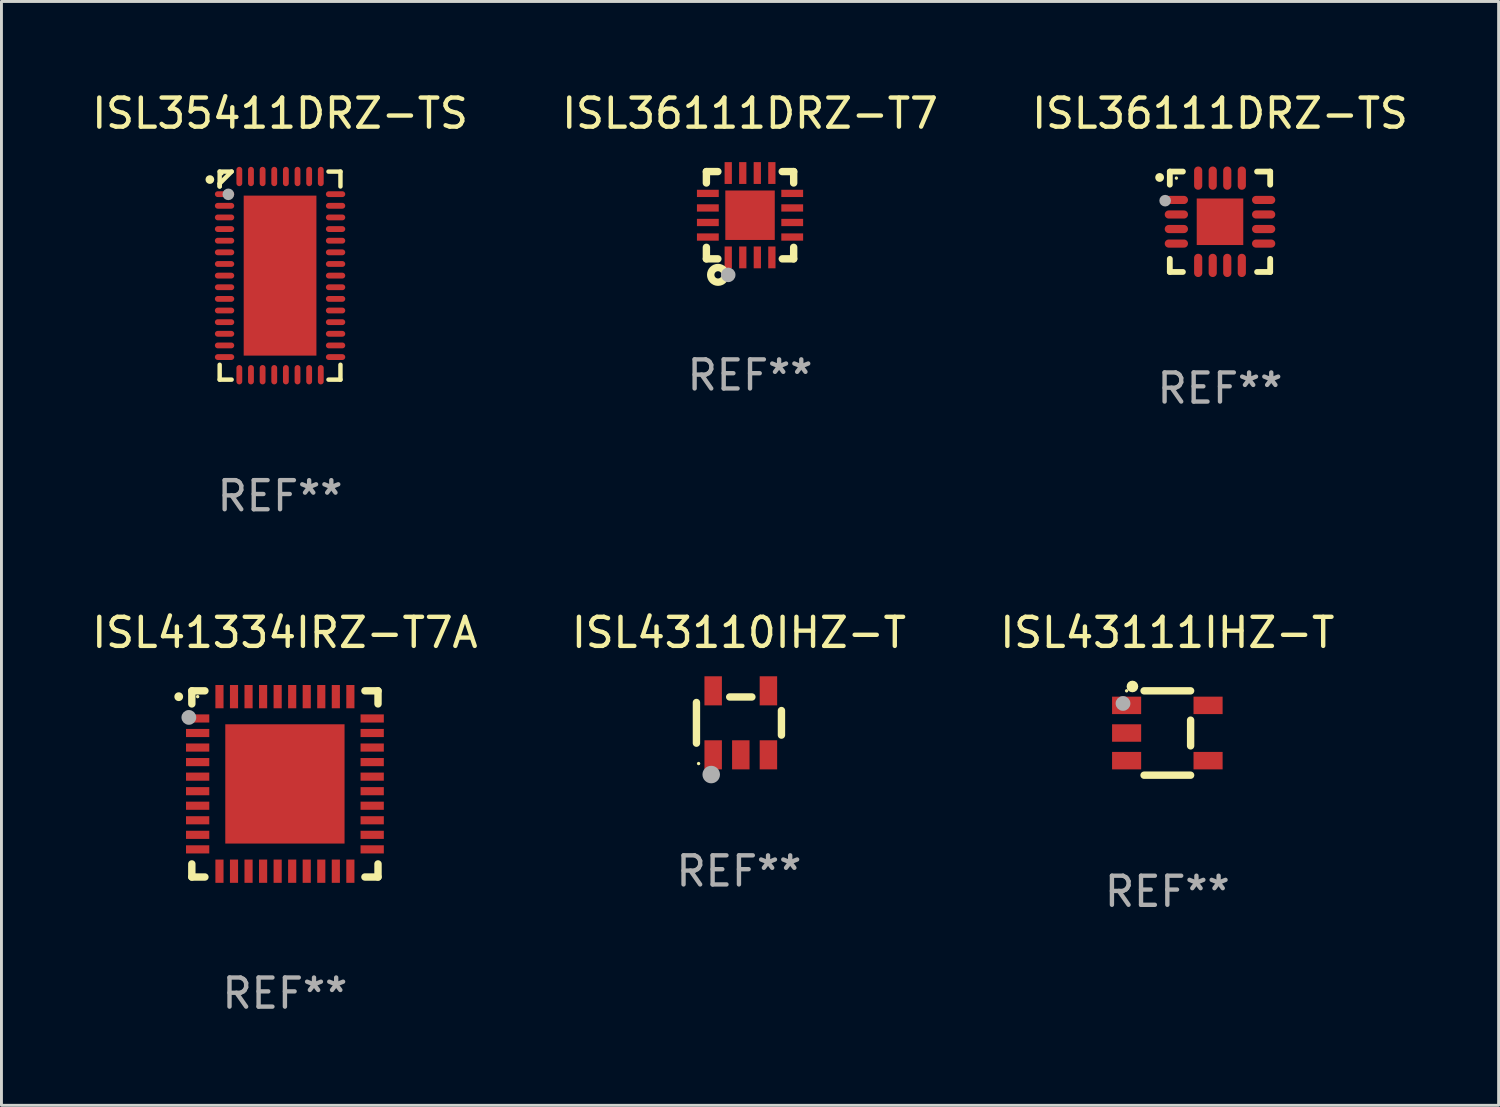
<source format=kicad_pcb>
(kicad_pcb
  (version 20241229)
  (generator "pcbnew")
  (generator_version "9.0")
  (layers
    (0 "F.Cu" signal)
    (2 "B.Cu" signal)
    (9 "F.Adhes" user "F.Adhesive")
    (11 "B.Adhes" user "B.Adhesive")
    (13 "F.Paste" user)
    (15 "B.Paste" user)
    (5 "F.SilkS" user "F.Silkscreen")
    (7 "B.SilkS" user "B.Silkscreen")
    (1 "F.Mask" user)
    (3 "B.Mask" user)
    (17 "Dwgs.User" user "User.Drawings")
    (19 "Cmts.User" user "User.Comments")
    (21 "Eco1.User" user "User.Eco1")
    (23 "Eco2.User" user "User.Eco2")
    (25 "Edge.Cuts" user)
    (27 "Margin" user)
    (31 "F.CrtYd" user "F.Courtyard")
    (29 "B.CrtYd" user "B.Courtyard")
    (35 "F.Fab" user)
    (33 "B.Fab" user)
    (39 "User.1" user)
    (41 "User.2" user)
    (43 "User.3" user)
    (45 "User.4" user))
  (footprint "ISL43110IHZ-T"
    (layer "F.Cu")
    (at 22.351 21.797)
    (property "Reference" "ISL43110IHZ-T" (at 0 -3.1 0) (layer "F.SilkS") (effects (font (size 1 1) (thickness 0.15))))
    (attr through_hole)
    (fp_line (start -1.461 -0.699) (end -1.461 0.699) (stroke (width 0.254) (type solid)) (layer "F.SilkS"))
    (fp_line (start -0.318 -0.889) (end 0.445 -0.889) (stroke (width 0.254) (type solid)) (layer "F.SilkS"))
    (fp_line (start 1.461 -0.422) (end 1.461 0.422) (stroke (width 0.254) (type solid)) (layer "F.SilkS"))
    (fp_circle (center -1.387 1.4) (end -1.357 1.4) (stroke (width 0.06) (type solid)) (fill no) (layer "F.SilkS"))
    (fp_circle (center -0.953 1.778) (end -0.802 1.778) (stroke (width 0.3) (type solid)) (fill no) (layer "F.Fab"))
    (fp_text user "REF**" (at 0 5.1 0) (layer "F.Fab") (effects (font (size 1 1) (thickness 0.15))))
    (pad "1" smd rect (at -0.886 1.1) (size 0.6 1) (layers "F.Cu" "F.Mask" "F.Paste"))
    (pad "2" smd rect (at 0.064 1.1) (size 0.6 1) (layers "F.Cu" "F.Mask" "F.Paste"))
    (pad "3" smd rect (at 1.013 1.1) (size 0.6 1) (layers "F.Cu" "F.Mask" "F.Paste"))
    (pad "4" smd rect (at 1.013 -1.1) (size 0.6 1) (layers "F.Cu" "F.Mask" "F.Paste"))
    (pad "5" smd rect (at -0.886 -1.1) (size 0.6 1) (layers "F.Cu" "F.Mask" "F.Paste")))
  (footprint "ISL43111IHZ-T"
    (layer "F.Cu")
    (at 37.077 22.147)
    (property "Reference" "ISL43111IHZ-T" (at 0 -3.45 0) (layer "F.SilkS") (effects (font (size 1 1) (thickness 0.15))))
    (attr through_hole)
    (fp_line (start 0.8 -1.45) (end -0.8 -1.45) (stroke (width 0.254) (type solid)) (layer "F.SilkS"))
    (fp_line (start 0.8 -0.442) (end 0.8 0.442) (stroke (width 0.254) (type solid)) (layer "F.SilkS"))
    (fp_line (start 0.8 1.45) (end -0.8 1.45) (stroke (width 0.254) (type solid)) (layer "F.SilkS"))
    (fp_circle (center -1.4 -1.45) (end -1.37 -1.45) (stroke (width 0.06) (type solid)) (fill no) (layer "F.SilkS"))
    (fp_circle (center -1.2 -1.6) (end -1.1 -1.6) (stroke (width 0.2) (type solid)) (fill no) (layer "F.SilkS"))
    (fp_circle (center -1.524 -1.016) (end -1.397 -1.016) (stroke (width 0.254) (type solid)) (fill no) (layer "F.Fab"))
    (fp_text user "REF**" (at 0 5.45 0) (layer "F.Fab") (effects (font (size 1 1) (thickness 0.15))))
    (pad "1" smd rect (at -1.4 -0.95 180) (size 1 0.6) (layers "F.Cu" "F.Mask" "F.Paste"))
    (pad "2" smd rect (at -1.4 0.000114 180) (size 1 0.6) (layers "F.Cu" "F.Mask" "F.Paste"))
    (pad "3" smd rect (at -1.4 0.95 180) (size 1 0.6) (layers "F.Cu" "F.Mask" "F.Paste"))
    (pad "4" smd rect (at 1.4 0.95) (size 1 0.6) (layers "F.Cu" "F.Mask" "F.Paste"))
    (pad "5" smd rect (at 1.4 -0.95) (size 1 0.6) (layers "F.Cu" "F.Mask" "F.Paste")))
  (footprint "ISL41334IRZ-T7A"
    (layer "F.Cu")
    (at 6.744 23.897)
    (property "Reference" "ISL41334IRZ-T7A" (at 0 -5.2 0) (layer "F.SilkS") (effects (font (size 1 1) (thickness 0.15))))
    (attr through_hole)
    (fp_line (start -3.2 -3.2) (end -2.75 -3.2) (stroke (width 0.254) (type solid)) (layer "F.SilkS"))
    (fp_line (start -3.2 -2.75) (end -3.2 -3.2) (stroke (width 0.254) (type solid)) (layer "F.SilkS"))
    (fp_line (start -3.2 3.2) (end -3.2 2.75) (stroke (width 0.254) (type solid)) (layer "F.SilkS"))
    (fp_line (start -2.75 3.2) (end -3.2 3.2) (stroke (width 0.254) (type solid)) (layer "F.SilkS"))
    (fp_line (start 2.75 3.2) (end 3.2 3.2) (stroke (width 0.254) (type solid)) (layer "F.SilkS"))
    (fp_line (start 3.2 -3.2) (end 2.75 -3.2) (stroke (width 0.254) (type solid)) (layer "F.SilkS"))
    (fp_line (start 3.2 -2.75) (end 3.2 -3.2) (stroke (width 0.254) (type solid)) (layer "F.SilkS"))
    (fp_line (start 3.2 3.2) (end 3.2 2.75) (stroke (width 0.254) (type solid)) (layer "F.SilkS"))
    (fp_arc (start -3.649987 -2.997206) (mid -3.649992 -2.998476) (end -3.649987 -2.999746) (stroke (width 0.3) (type solid)) (layer "F.SilkS"))
    (fp_circle (center -3 -3) (end -2.97 -3) (stroke (width 0.06) (type solid)) (fill no) (layer "F.SilkS"))
    (fp_circle (center -3.302 -2.286) (end -3.175 -2.286) (stroke (width 0.254) (type solid)) (fill no) (layer "F.Fab"))
    (fp_text user "REF**" (at 0 7.2 0) (layer "F.Fab") (effects (font (size 1 1) (thickness 0.15))))
    (pad "1" smd rect (at -3 -2.25 90) (size 0.28 0.8) (layers "F.Cu" "F.Mask" "F.Paste"))
    (pad "2" smd rect (at -3 -1.75 90) (size 0.28 0.8) (layers "F.Cu" "F.Mask" "F.Paste"))
    (pad "3" smd rect (at -3 -1.25 90) (size 0.28 0.8) (layers "F.Cu" "F.Mask" "F.Paste"))
    (pad "4" smd rect (at -3 -0.75 90) (size 0.28 0.8) (layers "F.Cu" "F.Mask" "F.Paste"))
    (pad "5" smd rect (at -3 -0.25 90) (size 0.28 0.8) (layers "F.Cu" "F.Mask" "F.Paste"))
    (pad "6" smd rect (at -3 0.25 90) (size 0.28 0.8) (layers "F.Cu" "F.Mask" "F.Paste"))
    (pad "7" smd rect (at -3 0.75 90) (size 0.28 0.8) (layers "F.Cu" "F.Mask" "F.Paste"))
    (pad "8" smd rect (at -3 1.25 90) (size 0.28 0.8) (layers "F.Cu" "F.Mask" "F.Paste"))
    (pad "9" smd rect (at -3 1.75 90) (size 0.28 0.8) (layers "F.Cu" "F.Mask" "F.Paste"))
    (pad "10" smd rect (at -3 2.25 90) (size 0.28 0.8) (layers "F.Cu" "F.Mask" "F.Paste"))
    (pad "11" smd rect (at -2.25 3) (size 0.28 0.8) (layers "F.Cu" "F.Mask" "F.Paste"))
    (pad "12" smd rect (at -1.75 3) (size 0.28 0.8) (layers "F.Cu" "F.Mask" "F.Paste"))
    (pad "13" smd rect (at -1.25 3) (size 0.28 0.8) (layers "F.Cu" "F.Mask" "F.Paste"))
    (pad "14" smd rect (at -0.75 3) (size 0.28 0.8) (layers "F.Cu" "F.Mask" "F.Paste"))
    (pad "15" smd rect (at -0.25 3) (size 0.28 0.8) (layers "F.Cu" "F.Mask" "F.Paste"))
    (pad "16" smd rect (at 0.25 3) (size 0.28 0.8) (layers "F.Cu" "F.Mask" "F.Paste"))
    (pad "17" smd rect (at 0.75 3) (size 0.28 0.8) (layers "F.Cu" "F.Mask" "F.Paste"))
    (pad "18" smd rect (at 1.25 3) (size 0.28 0.8) (layers "F.Cu" "F.Mask" "F.Paste"))
    (pad "19" smd rect (at 1.75 3) (size 0.28 0.8) (layers "F.Cu" "F.Mask" "F.Paste"))
    (pad "20" smd rect (at 2.25 3) (size 0.28 0.8) (layers "F.Cu" "F.Mask" "F.Paste"))
    (pad "21" smd rect (at 3 2.25 90) (size 0.28 0.8) (layers "F.Cu" "F.Mask" "F.Paste"))
    (pad "22" smd rect (at 3 1.75 90) (size 0.28 0.8) (layers "F.Cu" "F.Mask" "F.Paste"))
    (pad "23" smd rect (at 3 1.25 90) (size 0.28 0.8) (layers "F.Cu" "F.Mask" "F.Paste"))
    (pad "24" smd rect (at 3 0.75 90) (size 0.28 0.8) (layers "F.Cu" "F.Mask" "F.Paste"))
    (pad "25" smd rect (at 3 0.25 90) (size 0.28 0.8) (layers "F.Cu" "F.Mask" "F.Paste"))
    (pad "26" smd rect (at 3 -0.25 90) (size 0.28 0.8) (layers "F.Cu" "F.Mask" "F.Paste"))
    (pad "27" smd rect (at 3 -0.75 90) (size 0.28 0.8) (layers "F.Cu" "F.Mask" "F.Paste"))
    (pad "28" smd rect (at 3 -1.25 90) (size 0.28 0.8) (layers "F.Cu" "F.Mask" "F.Paste"))
    (pad "29" smd rect (at 3 -1.75 90) (size 0.28 0.8) (layers "F.Cu" "F.Mask" "F.Paste"))
    (pad "30" smd rect (at 3 -2.25 90) (size 0.28 0.8) (layers "F.Cu" "F.Mask" "F.Paste"))
    (pad "31" smd rect (at 2.25 -3) (size 0.28 0.8) (layers "F.Cu" "F.Mask" "F.Paste"))
    (pad "32" smd rect (at 1.75 -3) (size 0.28 0.8) (layers "F.Cu" "F.Mask" "F.Paste"))
    (pad "33" smd rect (at 1.25 -3) (size 0.28 0.8) (layers "F.Cu" "F.Mask" "F.Paste"))
    (pad "34" smd rect (at 0.75 -3) (size 0.28 0.8) (layers "F.Cu" "F.Mask" "F.Paste"))
    (pad "35" smd rect (at 0.25 -3) (size 0.28 0.8) (layers "F.Cu" "F.Mask" "F.Paste"))
    (pad "36" smd rect (at -0.25 -3) (size 0.28 0.8) (layers "F.Cu" "F.Mask" "F.Paste"))
    (pad "37" smd rect (at -0.75 -3) (size 0.28 0.8) (layers "F.Cu" "F.Mask" "F.Paste"))
    (pad "38" smd rect (at -1.25 -3) (size 0.28 0.8) (layers "F.Cu" "F.Mask" "F.Paste"))
    (pad "39" smd rect (at -1.75 -3) (size 0.28 0.8) (layers "F.Cu" "F.Mask" "F.Paste"))
    (pad "40" smd rect (at -2.25 -3) (size 0.28 0.8) (layers "F.Cu" "F.Mask" "F.Paste"))
    (pad "41" smd rect (at 0 0) (size 4.1 4.1) (layers "F.Cu" "F.Mask" "F.Paste")))
  (footprint "ISL36111DRZ-T7"
    (layer "F.Cu")
    (at 22.732 4.348)
    (property "Reference" "ISL36111DRZ-T7" (at 0 -3.5 0) (layer "F.SilkS") (effects (font (size 1 1) (thickness 0.15))))
    (attr through_hole)
    (fp_line (start -1.5 -1.5) (end -1.5 -1.108) (stroke (width 0.254) (type solid)) (layer "F.SilkS"))
    (fp_line (start -1.5 -1.5) (end -1.105 -1.5) (stroke (width 0.254) (type solid)) (layer "F.SilkS"))
    (fp_line (start -1.5 1.104) (end -1.5 1.5) (stroke (width 0.254) (type solid)) (layer "F.SilkS"))
    (fp_line (start -1.5 1.5) (end -1.105 1.5) (stroke (width 0.254) (type solid)) (layer "F.SilkS"))
    (fp_line (start 1.106 -1.5) (end 1.5 -1.5) (stroke (width 0.254) (type solid)) (layer "F.SilkS"))
    (fp_line (start 1.108 1.5) (end 1.5 1.5) (stroke (width 0.254) (type solid)) (layer "F.SilkS"))
    (fp_line (start 1.5 -1.108) (end 1.5 -1.5) (stroke (width 0.254) (type solid)) (layer "F.SilkS"))
    (fp_line (start 1.5 1.5) (end 1.5 1.104) (stroke (width 0.254) (type solid)) (layer "F.SilkS"))
    (fp_circle (center -1.5 1.5) (end -1.47 1.5) (stroke (width 0.06) (type solid)) (fill no) (layer "F.SilkS"))
    (fp_circle (center -1.1 2.05) (end -0.975 2.05) (stroke (width 0.254) (type solid)) (fill no) (layer "F.SilkS"))
    (fp_circle (center -0.75 2.05) (end -0.625 2.05) (stroke (width 0.25) (type solid)) (fill no) (layer "F.Fab"))
    (fp_text user "REF**" (at 0 5.5 0) (layer "F.Fab") (effects (font (size 1 1) (thickness 0.15))))
    (pad "1" smd rect (at -0.749 1.45) (size 0.25 0.75) (layers "F.Cu" "F.Mask" "F.Paste"))
    (pad "2" smd rect (at -0.249 1.45) (size 0.25 0.75) (layers "F.Cu" "F.Mask" "F.Paste"))
    (pad "3" smd rect (at 0.251 1.45) (size 0.25 0.75) (layers "F.Cu" "F.Mask" "F.Paste"))
    (pad "4" smd rect (at 0.751 1.45) (size 0.25 0.75) (layers "F.Cu" "F.Mask" "F.Paste"))
    (pad "5" smd rect (at 1.45 0.75) (size 0.75 0.25) (layers "F.Cu" "F.Mask" "F.Paste"))
    (pad "6" smd rect (at 1.45 0.25) (size 0.75 0.25) (layers "F.Cu" "F.Mask" "F.Paste"))
    (pad "7" smd rect (at 1.45 -0.25) (size 0.75 0.25) (layers "F.Cu" "F.Mask" "F.Paste"))
    (pad "8" smd rect (at 1.45 -0.75) (size 0.75 0.25) (layers "F.Cu" "F.Mask" "F.Paste"))
    (pad "9" smd rect (at 0.75 -1.45) (size 0.25 0.75) (layers "F.Cu" "F.Mask" "F.Paste"))
    (pad "10" smd rect (at 0.25 -1.45) (size 0.25 0.75) (layers "F.Cu" "F.Mask" "F.Paste"))
    (pad "11" smd rect (at -0.25 -1.45) (size 0.25 0.75) (layers "F.Cu" "F.Mask" "F.Paste"))
    (pad "12" smd rect (at -0.749 -1.45) (size 0.25 0.75) (layers "F.Cu" "F.Mask" "F.Paste"))
    (pad "13" smd rect (at -1.45 -0.75) (size 0.75 0.25) (layers "F.Cu" "F.Mask" "F.Paste"))
    (pad "14" smd rect (at -1.45 -0.25) (size 0.75 0.25) (layers "F.Cu" "F.Mask" "F.Paste"))
    (pad "15" smd rect (at -1.45 0.25) (size 0.75 0.25) (layers "F.Cu" "F.Mask" "F.Paste"))
    (pad "16" smd rect (at -1.45 0.75) (size 0.75 0.25) (layers "F.Cu" "F.Mask" "F.Paste"))
    (pad "17" smd rect (at 0.000267 0.000267) (size 1.7 1.7) (layers "F.Cu" "F.Mask" "F.Paste")))
  (footprint "ISL35411DRZ-TS"
    (layer "F.Cu")
    (at 6.577 6.424)
    (property "Reference" "ISL35411DRZ-TS" (at 0 -5.576 0) (layer "F.SilkS") (effects (font (size 1 1) (thickness 0.15))))
    (attr through_hole)
    (fp_line (start -2.076 -3.576) (end -1.664 -3.576) (stroke (width 0.152) (type solid)) (layer "F.SilkS"))
    (fp_line (start -2.076 -3.164) (end -2.076 -3.065) (stroke (width 0.152) (type solid)) (layer "F.SilkS"))
    (fp_line (start -2.076 -3.064) (end -2.076 -3.576) (stroke (width 0.152) (type solid)) (layer "F.SilkS"))
    (fp_line (start -2.076 3.064) (end -2.076 3.576) (stroke (width 0.152) (type solid)) (layer "F.SilkS"))
    (fp_line (start -2.076 3.576) (end -1.664 3.576) (stroke (width 0.152) (type solid)) (layer "F.SilkS"))
    (fp_line (start -1.664 -3.576) (end -2.076 -3.164) (stroke (width 0.152) (type solid)) (layer "F.SilkS"))
    (fp_line (start 2.076 -3.576) (end 1.664 -3.576) (stroke (width 0.152) (type solid)) (layer "F.SilkS"))
    (fp_line (start 2.076 -3.064) (end 2.076 -3.576) (stroke (width 0.152) (type solid)) (layer "F.SilkS"))
    (fp_line (start 2.076 3.064) (end 2.076 3.576) (stroke (width 0.152) (type solid)) (layer "F.SilkS"))
    (fp_line (start 2.076 3.576) (end 1.664 3.576) (stroke (width 0.152) (type solid)) (layer "F.SilkS"))
    (fp_circle (center -2.413 -3.302) (end -2.338 -3.302) (stroke (width 0.15) (type solid)) (fill no) (layer "F.SilkS"))
    (fp_circle (center -2 -3.5) (end -1.97 -3.5) (stroke (width 0.06) (type solid)) (fill no) (layer "F.SilkS"))
    (fp_circle (center -1.778 -2.794) (end -1.678 -2.794) (stroke (width 0.2) (type solid)) (fill no) (layer "F.Fab"))
    (fp_text user "REF**" (at 0 7.576 0) (layer "F.Fab") (effects (font (size 1 1) (thickness 0.15))))
    (pad "1" smd oval (at -1.908 -2.8) (size 0.665 0.2) (layers "F.Cu" "F.Mask" "F.Paste"))
    (pad "2" smd oval (at -1.908 -2.4) (size 0.665 0.2) (layers "F.Cu" "F.Mask" "F.Paste"))
    (pad "3" smd oval (at -1.908 -2) (size 0.665 0.2) (layers "F.Cu" "F.Mask" "F.Paste"))
    (pad "4" smd oval (at -1.908 -1.6) (size 0.665 0.2) (layers "F.Cu" "F.Mask" "F.Paste"))
    (pad "5" smd oval (at -1.908 -1.2) (size 0.665 0.2) (layers "F.Cu" "F.Mask" "F.Paste"))
    (pad "6" smd oval (at -1.908 -0.8) (size 0.665 0.2) (layers "F.Cu" "F.Mask" "F.Paste"))
    (pad "7" smd oval (at -1.908 -0.4) (size 0.665 0.2) (layers "F.Cu" "F.Mask" "F.Paste"))
    (pad "8" smd oval (at -1.908 0) (size 0.665 0.2) (layers "F.Cu" "F.Mask" "F.Paste"))
    (pad "9" smd oval (at -1.908 0.4) (size 0.665 0.2) (layers "F.Cu" "F.Mask" "F.Paste"))
    (pad "10" smd oval (at -1.908 0.8) (size 0.665 0.2) (layers "F.Cu" "F.Mask" "F.Paste"))
    (pad "11" smd oval (at -1.908 1.2) (size 0.665 0.2) (layers "F.Cu" "F.Mask" "F.Paste"))
    (pad "12" smd oval (at -1.908 1.6) (size 0.665 0.2) (layers "F.Cu" "F.Mask" "F.Paste"))
    (pad "13" smd oval (at -1.908 2) (size 0.665 0.2) (layers "F.Cu" "F.Mask" "F.Paste"))
    (pad "14" smd oval (at -1.908 2.4) (size 0.665 0.2) (layers "F.Cu" "F.Mask" "F.Paste"))
    (pad "15" smd oval (at -1.908 2.8) (size 0.665 0.2) (layers "F.Cu" "F.Mask" "F.Paste"))
    (pad "16" smd oval (at -1.4 3.407) (size 0.2 0.665) (layers "F.Cu" "F.Mask" "F.Paste"))
    (pad "17" smd oval (at -1 3.407) (size 0.2 0.665) (layers "F.Cu" "F.Mask" "F.Paste"))
    (pad "18" smd oval (at -0.6 3.407) (size 0.2 0.665) (layers "F.Cu" "F.Mask" "F.Paste"))
    (pad "19" smd oval (at -0.2 3.407) (size 0.2 0.665) (layers "F.Cu" "F.Mask" "F.Paste"))
    (pad "20" smd oval (at 0.2 3.407) (size 0.2 0.665) (layers "F.Cu" "F.Mask" "F.Paste"))
    (pad "21" smd oval (at 0.6 3.407) (size 0.2 0.665) (layers "F.Cu" "F.Mask" "F.Paste"))
    (pad "22" smd oval (at 1 3.407) (size 0.2 0.665) (layers "F.Cu" "F.Mask" "F.Paste"))
    (pad "23" smd oval (at 1.4 3.407) (size 0.2 0.665) (layers "F.Cu" "F.Mask" "F.Paste"))
    (pad "24" smd oval (at 1.908 2.8) (size 0.665 0.2) (layers "F.Cu" "F.Mask" "F.Paste"))
    (pad "25" smd oval (at 1.908 2.4) (size 0.665 0.2) (layers "F.Cu" "F.Mask" "F.Paste"))
    (pad "26" smd oval (at 1.908 2) (size 0.665 0.2) (layers "F.Cu" "F.Mask" "F.Paste"))
    (pad "27" smd oval (at 1.908 1.6) (size 0.665 0.2) (layers "F.Cu" "F.Mask" "F.Paste"))
    (pad "28" smd oval (at 1.908 1.2) (size 0.665 0.2) (layers "F.Cu" "F.Mask" "F.Paste"))
    (pad "29" smd oval (at 1.908 0.8) (size 0.665 0.2) (layers "F.Cu" "F.Mask" "F.Paste"))
    (pad "30" smd oval (at 1.908 0.4) (size 0.665 0.2) (layers "F.Cu" "F.Mask" "F.Paste"))
    (pad "31" smd oval (at 1.908 0) (size 0.665 0.2) (layers "F.Cu" "F.Mask" "F.Paste"))
    (pad "32" smd oval (at 1.908 -0.4) (size 0.665 0.2) (layers "F.Cu" "F.Mask" "F.Paste"))
    (pad "33" smd oval (at 1.908 -0.8) (size 0.665 0.2) (layers "F.Cu" "F.Mask" "F.Paste"))
    (pad "34" smd oval (at 1.908 -1.2) (size 0.665 0.2) (layers "F.Cu" "F.Mask" "F.Paste"))
    (pad "35" smd oval (at 1.908 -1.6) (size 0.665 0.2) (layers "F.Cu" "F.Mask" "F.Paste"))
    (pad "36" smd oval (at 1.908 -2) (size 0.665 0.2) (layers "F.Cu" "F.Mask" "F.Paste"))
    (pad "37" smd oval (at 1.908 -2.4) (size 0.665 0.2) (layers "F.Cu" "F.Mask" "F.Paste"))
    (pad "38" smd oval (at 1.908 -2.8) (size 0.665 0.2) (layers "F.Cu" "F.Mask" "F.Paste"))
    (pad "39" smd oval (at 1.4 -3.407) (size 0.2 0.665) (layers "F.Cu" "F.Mask" "F.Paste"))
    (pad "40" smd oval (at 1 -3.407) (size 0.2 0.665) (layers "F.Cu" "F.Mask" "F.Paste"))
    (pad "41" smd oval (at 0.6 -3.407) (size 0.2 0.665) (layers "F.Cu" "F.Mask" "F.Paste"))
    (pad "42" smd oval (at 0.2 -3.407) (size 0.2 0.665) (layers "F.Cu" "F.Mask" "F.Paste"))
    (pad "43" smd oval (at -0.2 -3.407) (size 0.2 0.665) (layers "F.Cu" "F.Mask" "F.Paste"))
    (pad "44" smd oval (at -0.6 -3.407) (size 0.2 0.665) (layers "F.Cu" "F.Mask" "F.Paste"))
    (pad "45" smd oval (at -1 -3.407) (size 0.2 0.665) (layers "F.Cu" "F.Mask" "F.Paste"))
    (pad "46" smd oval (at -1.4 -3.407) (size 0.2 0.665) (layers "F.Cu" "F.Mask" "F.Paste"))
    (pad "47" smd rect (at 0 0) (size 2.5 5.5) (layers "F.Cu" "F.Mask" "F.Paste")))
  (footprint "ISL36111DRZ-TS"
    (layer "F.Cu")
    (at 38.887 4.573)
    (property "Reference" "ISL36111DRZ-TS" (at 0 -3.725 0) (layer "F.SilkS") (effects (font (size 1 1) (thickness 0.15))))
    (attr through_hole)
    (fp_line (start -1.725 -1.725) (end -1.275 -1.725) (stroke (width 0.2) (type solid)) (layer "F.SilkS"))
    (fp_line (start -1.725 -1.275) (end -1.725 -1.725) (stroke (width 0.2) (type solid)) (layer "F.SilkS"))
    (fp_line (start -1.725 1.725) (end -1.725 1.275) (stroke (width 0.2) (type solid)) (layer "F.SilkS"))
    (fp_line (start -1.275 1.725) (end -1.725 1.725) (stroke (width 0.2) (type solid)) (layer "F.SilkS"))
    (fp_line (start 1.275 -1.725) (end 1.725 -1.725) (stroke (width 0.2) (type solid)) (layer "F.SilkS"))
    (fp_line (start 1.275 1.725) (end 1.725 1.725) (stroke (width 0.2) (type solid)) (layer "F.SilkS"))
    (fp_line (start 1.725 -1.725) (end 1.725 -1.275) (stroke (width 0.2) (type solid)) (layer "F.SilkS"))
    (fp_line (start 1.725 1.725) (end 1.725 1.275) (stroke (width 0.2) (type solid)) (layer "F.SilkS"))
    (fp_arc (start -2.075184 -1.521463) (mid -2.075189 -1.522733) (end -2.075184 -1.524003) (stroke (width 0.3) (type solid)) (layer "F.SilkS"))
    (fp_circle (center -1.499 -1.5) (end -1.469 -1.5) (stroke (width 0.06) (type solid)) (fill no) (layer "F.SilkS"))
    (fp_circle (center -1.885 -0.725) (end -1.785 -0.725) (stroke (width 0.2) (type solid)) (fill no) (layer "F.Fab"))
    (fp_text user "REF**" (at 0 5.725 0) (layer "F.Fab") (effects (font (size 1 1) (thickness 0.15))))
    (pad "1" smd oval (at -1.5 -0.75 90) (size 0.28 0.8) (layers "F.Cu" "F.Mask" "F.Paste"))
    (pad "2" smd oval (at -1.5 -0.25 90) (size 0.28 0.8) (layers "F.Cu" "F.Mask" "F.Paste"))
    (pad "3" smd oval (at -1.5 0.25 90) (size 0.28 0.8) (layers "F.Cu" "F.Mask" "F.Paste"))
    (pad "4" smd oval (at -1.5 0.75 90) (size 0.28 0.8) (layers "F.Cu" "F.Mask" "F.Paste"))
    (pad "5" smd oval (at -0.75 1.5) (size 0.28 0.8) (layers "F.Cu" "F.Mask" "F.Paste"))
    (pad "6" smd oval (at -0.25 1.5) (size 0.28 0.8) (layers "F.Cu" "F.Mask" "F.Paste"))
    (pad "7" smd oval (at 0.25 1.5) (size 0.28 0.8) (layers "F.Cu" "F.Mask" "F.Paste"))
    (pad "8" smd oval (at 0.75 1.5) (size 0.28 0.8) (layers "F.Cu" "F.Mask" "F.Paste"))
    (pad "9" smd oval (at 1.5 0.75 90) (size 0.28 0.8) (layers "F.Cu" "F.Mask" "F.Paste"))
    (pad "10" smd oval (at 1.5 0.25 90) (size 0.28 0.8) (layers "F.Cu" "F.Mask" "F.Paste"))
    (pad "11" smd oval (at 1.5 -0.25 90) (size 0.28 0.8) (layers "F.Cu" "F.Mask" "F.Paste"))
    (pad "12" smd oval (at 1.5 -0.75 90) (size 0.28 0.8) (layers "F.Cu" "F.Mask" "F.Paste"))
    (pad "13" smd oval (at 0.75 -1.5) (size 0.28 0.8) (layers "F.Cu" "F.Mask" "F.Paste"))
    (pad "14" smd oval (at 0.25 -1.5) (size 0.28 0.8) (layers "F.Cu" "F.Mask" "F.Paste"))
    (pad "15" smd oval (at -0.25 -1.5) (size 0.28 0.8) (layers "F.Cu" "F.Mask" "F.Paste"))
    (pad "16" smd oval (at -0.75 -1.5) (size 0.28 0.8) (layers "F.Cu" "F.Mask" "F.Paste"))
    (pad "17" smd rect (at 0 -0.000051) (size 1.6 1.6) (layers "F.Cu" "F.Mask" "F.Paste")))
  (gr_rect
    (start -3 -3)
    (end 48.464 34.945)
    (stroke (width 0.1) (type default))
    (fill no)
    (layer "Edge.Cuts")))
</source>
